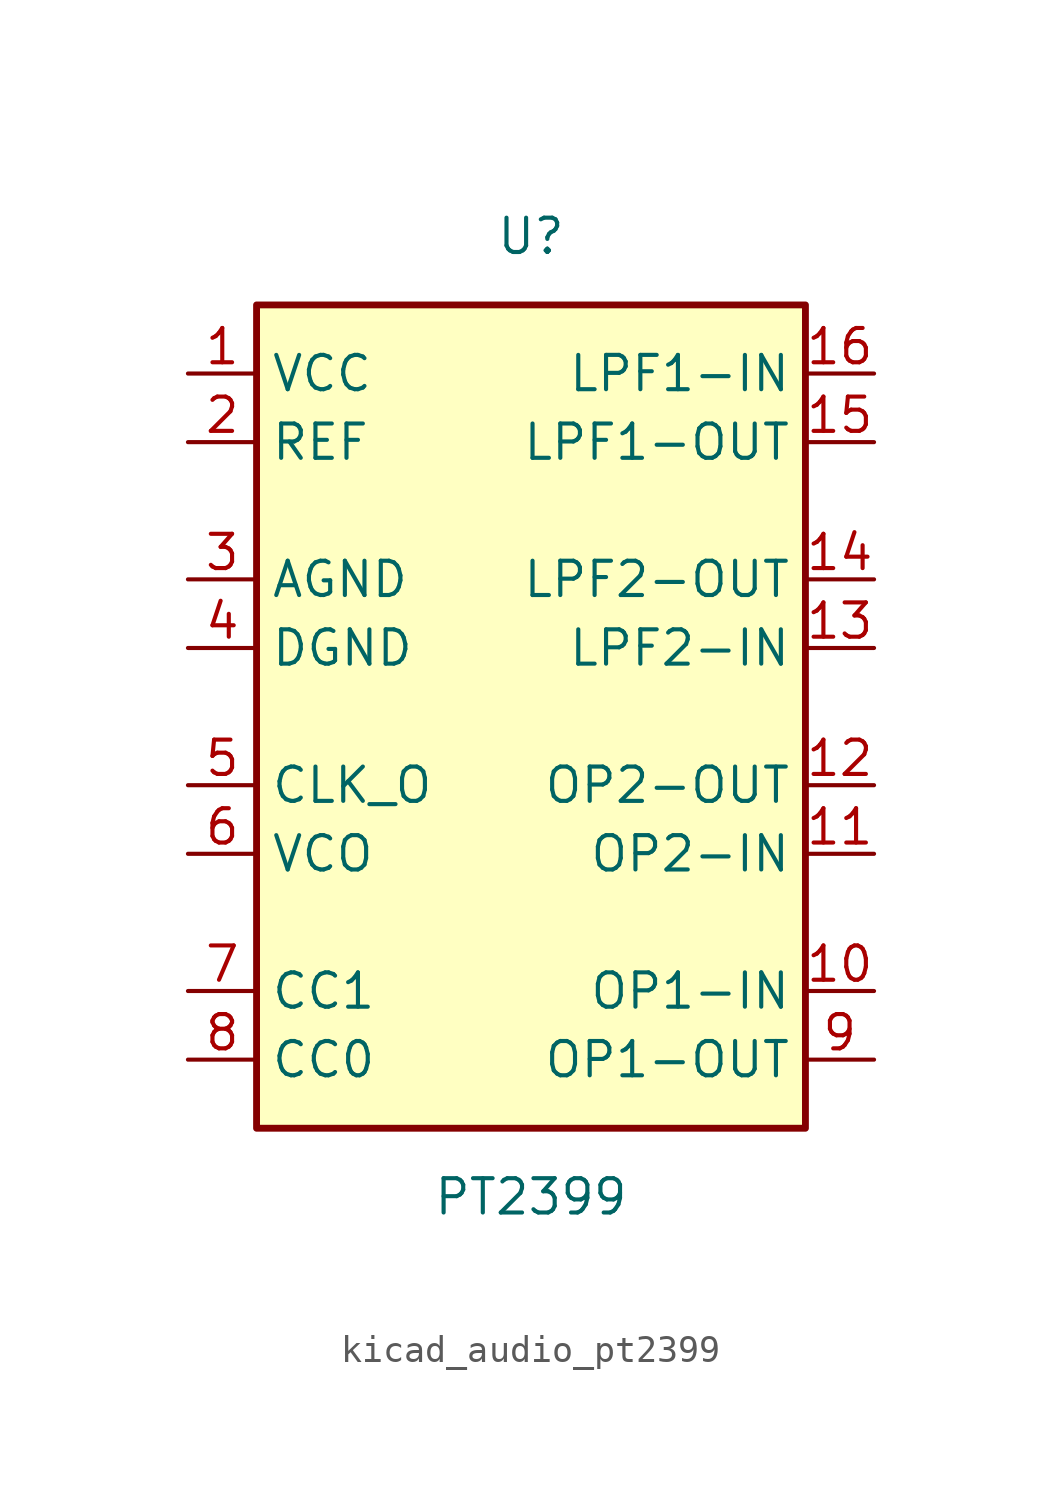
<source format=kicad_sym>
(kicad_symbol_lib
  (version 20220914)
  (generator kicad_symbol_editor)
  (symbol "kicad_audio_pt2399"
    (property "Reference" "U"
      (at 0 17.78 0)
      (effects (font (size 1.27 1.27))))
    (property "Value" "PT2399"
      (at 0 -17.78 0)
      (effects (font (size 1.27 1.27))))
    (symbol "kicad_audio_pt2399_0_1"
      (rectangle (start -10.16 15.24) (end 10.16 -15.24) (stroke (width 0.254) (type default)) (fill (type background))))
    (symbol "kicad_audio_pt2399_1_1"
      (pin power_in line (at -12.7 12.7 0) (length 2.54) (name "VCC" (effects (font (size 1.27 1.27)))) (number "1" (effects (font (size 1.27 1.27)))))
      (pin input line (at 12.7 -10.16 180) (length 2.54) (name "OP1-IN" (effects (font (size 1.27 1.27)))) (number "10" (effects (font (size 1.27 1.27)))))
      (pin input line (at 12.7 -5.08 180) (length 2.54) (name "OP2-IN" (effects (font (size 1.27 1.27)))) (number "11" (effects (font (size 1.27 1.27)))))
      (pin output line (at 12.7 -2.54 180) (length 2.54) (name "OP2-OUT" (effects (font (size 1.27 1.27)))) (number "12" (effects (font (size 1.27 1.27)))))
      (pin input line (at 12.7 2.54 180) (length 2.54) (name "LPF2-IN" (effects (font (size 1.27 1.27)))) (number "13" (effects (font (size 1.27 1.27)))))
      (pin output line (at 12.7 5.08 180) (length 2.54) (name "LPF2-OUT" (effects (font (size 1.27 1.27)))) (number "14" (effects (font (size 1.27 1.27)))))
      (pin output line (at 12.7 10.16 180) (length 2.54) (name "LPF1-OUT" (effects (font (size 1.27 1.27)))) (number "15" (effects (font (size 1.27 1.27)))))
      (pin input line (at 12.7 12.7 180) (length 2.54) (name "LPF1-IN" (effects (font (size 1.27 1.27)))) (number "16" (effects (font (size 1.27 1.27)))))
      (pin passive line (at -12.7 10.16 0) (length 2.54) (name "REF" (effects (font (size 1.27 1.27)))) (number "2" (effects (font (size 1.27 1.27)))))
      (pin power_in line (at -12.7 5.08 0) (length 2.54) (name "AGND" (effects (font (size 1.27 1.27)))) (number "3" (effects (font (size 1.27 1.27)))))
      (pin power_in line (at -12.7 2.54 0) (length 2.54) (name "DGND" (effects (font (size 1.27 1.27)))) (number "4" (effects (font (size 1.27 1.27)))))
      (pin passive line (at -12.7 -2.54 0) (length 2.54) (name "CLK_O" (effects (font (size 1.27 1.27)))) (number "5" (effects (font (size 1.27 1.27)))))
      (pin passive line (at -12.7 -5.08 0) (length 2.54) (name "VCO" (effects (font (size 1.27 1.27)))) (number "6" (effects (font (size 1.27 1.27)))))
      (pin passive line (at -12.7 -10.16 0) (length 2.54) (name "CC1" (effects (font (size 1.27 1.27)))) (number "7" (effects (font (size 1.27 1.27)))))
      (pin passive line (at -12.7 -12.7 0) (length 2.54) (name "CC0" (effects (font (size 1.27 1.27)))) (number "8" (effects (font (size 1.27 1.27)))))
      (pin output line (at 12.7 -12.7 180) (length 2.54) (name "OP1-OUT" (effects (font (size 1.27 1.27)))) (number "9" (effects (font (size 1.27 1.27))))))))
</source>
